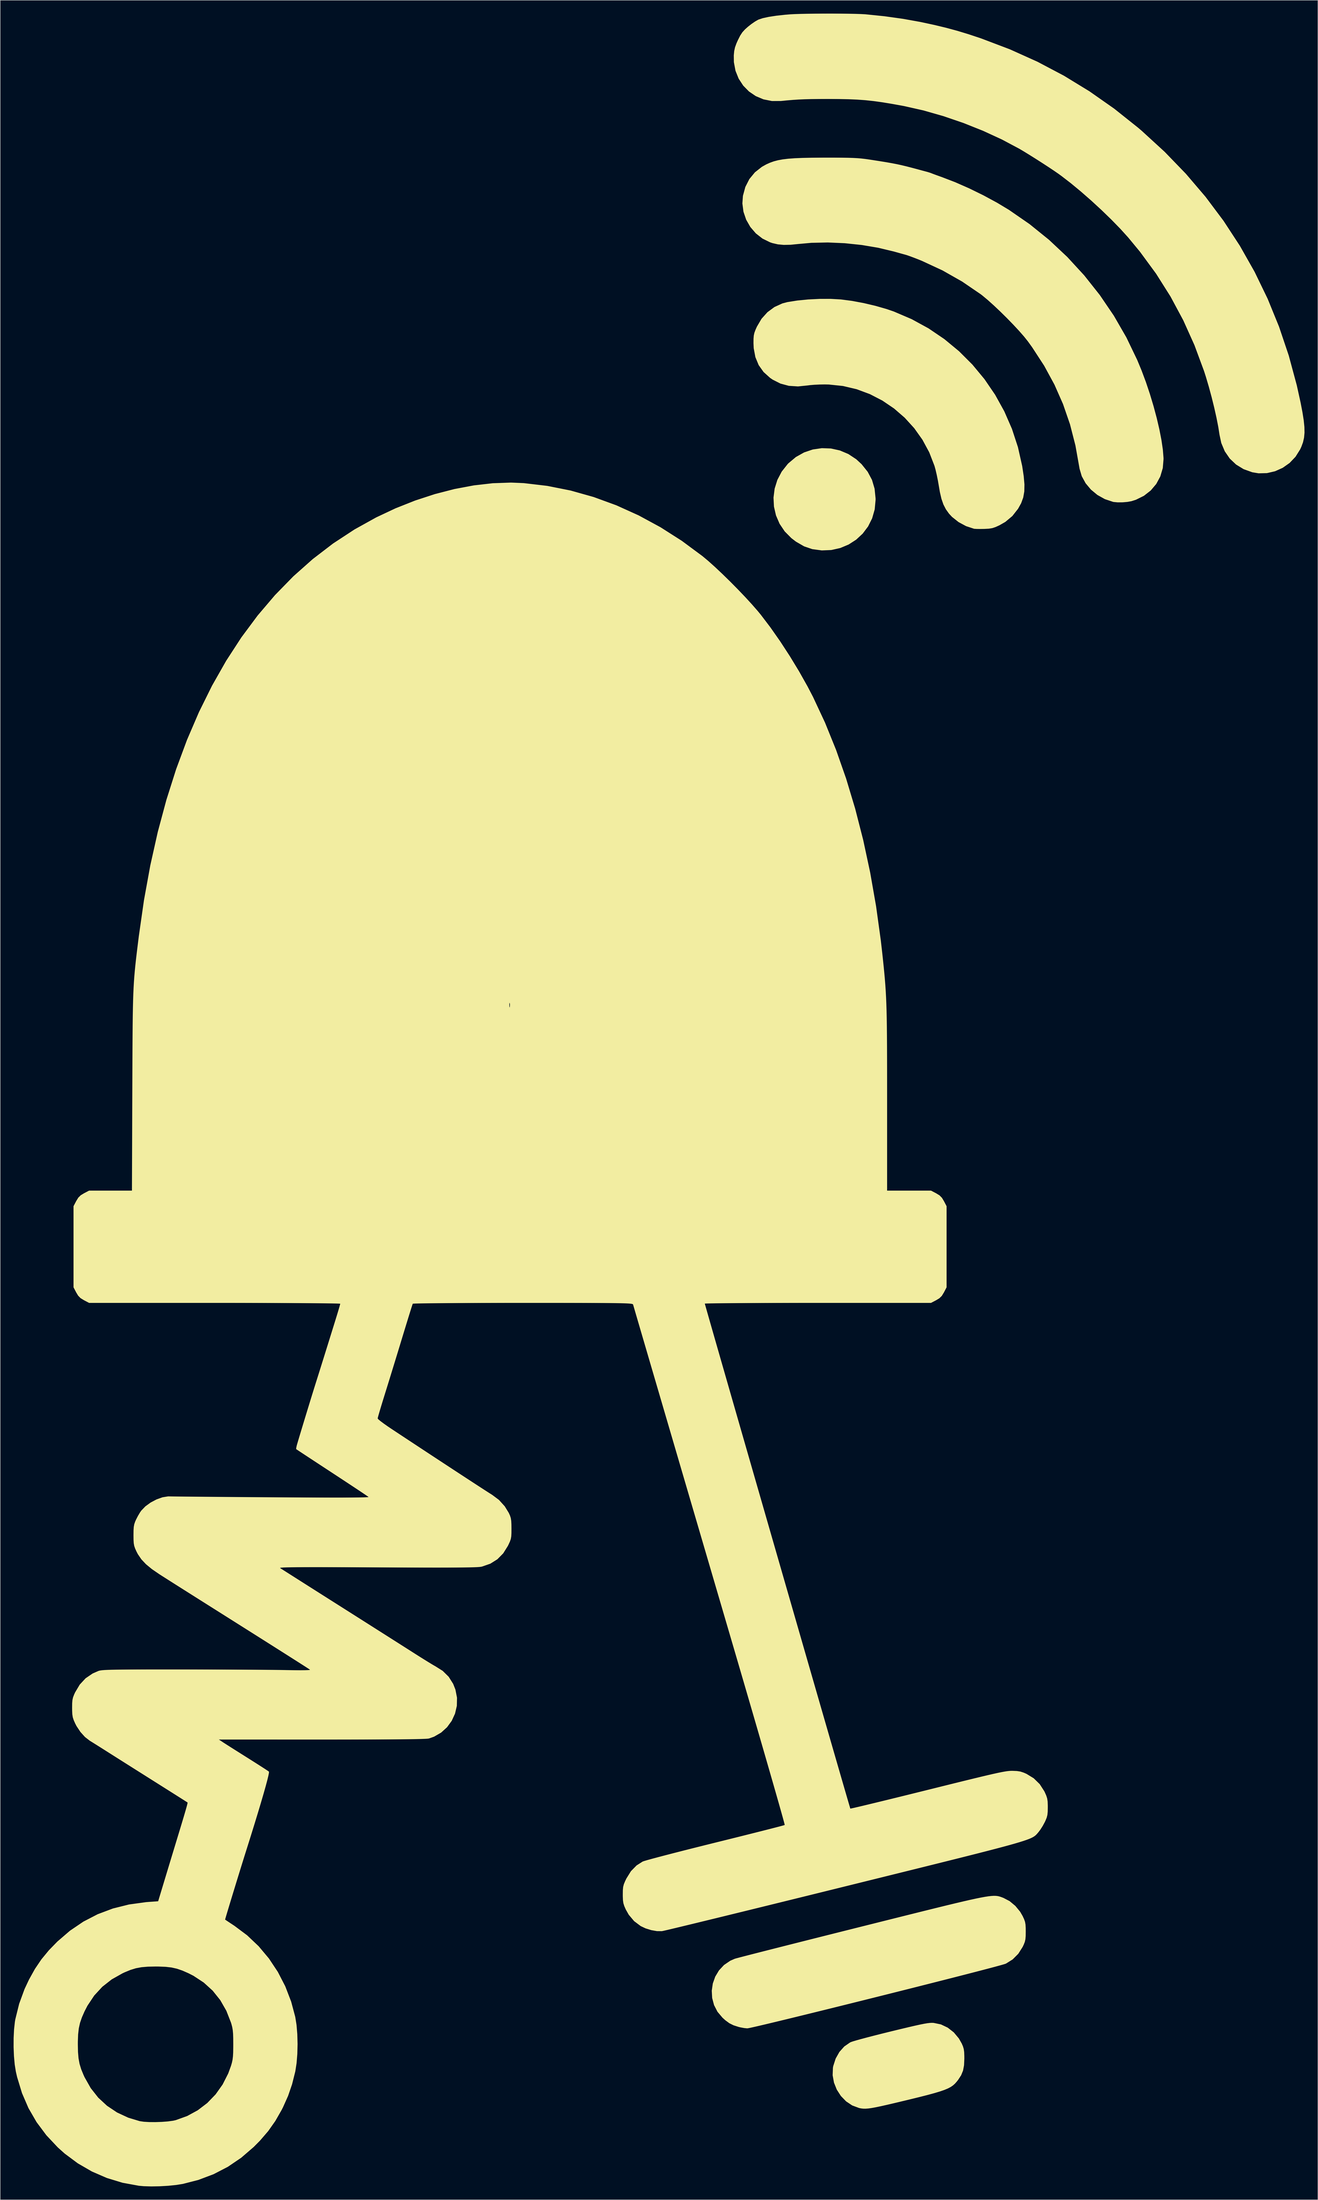
<source format=kicad_pcb>
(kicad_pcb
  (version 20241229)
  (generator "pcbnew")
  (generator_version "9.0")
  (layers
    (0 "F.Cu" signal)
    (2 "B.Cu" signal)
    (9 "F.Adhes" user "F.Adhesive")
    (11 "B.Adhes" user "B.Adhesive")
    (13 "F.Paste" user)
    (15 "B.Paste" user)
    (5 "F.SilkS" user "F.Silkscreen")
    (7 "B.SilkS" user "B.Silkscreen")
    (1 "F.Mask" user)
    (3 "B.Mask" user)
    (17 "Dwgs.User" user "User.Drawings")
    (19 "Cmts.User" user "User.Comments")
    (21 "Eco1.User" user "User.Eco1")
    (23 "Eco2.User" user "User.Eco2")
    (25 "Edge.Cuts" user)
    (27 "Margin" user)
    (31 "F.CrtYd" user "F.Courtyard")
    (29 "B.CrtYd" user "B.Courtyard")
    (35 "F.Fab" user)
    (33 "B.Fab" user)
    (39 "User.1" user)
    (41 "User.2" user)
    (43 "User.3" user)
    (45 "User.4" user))
  (footprint "logo_2"
    (layer "F.Cu")
    (at 125.162 248.721)
    (property "Reference" "logo_2" (at 0 0 0) (layer "F.SilkS") (effects (font (size 1.524 1.524) (thickness 0.3))))
    (attr board_only exclude_from_pos_files exclude_from_bom)
    (fp_poly (pts (xy 58.212 -151.176) (xy 60.214 -150.736) (xy 62.128 -149.929) (xy 63.903 -148.755) (xy 65.094 -147.654) (xy 66.461 -145.949) (xy 67.427 -144.136) (xy 68.01 -142.166) (xy 68.232 -139.989) (xy 68.236 -139.667) (xy 68.036 -137.509) (xy 67.463 -135.507) (xy 66.553 -133.689) (xy 65.346 -132.085) (xy 63.878 -130.725) (xy 62.189 -129.638) (xy 60.315 -128.853) (xy 58.296 -128.402) (xy 56.168 -128.312) (xy 54.029 -128.6) (xy 52.198 -129.224) (xy 50.376 -130.276) (xy 49.346 -131.063) (xy 47.845 -132.576) (xy 46.691 -134.294) (xy 45.887 -136.166) (xy 45.433 -138.138) (xy 45.332 -140.159) (xy 45.587 -142.175) (xy 46.199 -144.136) (xy 47.17 -145.988) (xy 48.503 -147.678) (xy 48.672 -147.852) (xy 50.347 -149.256) (xy 52.189 -150.289) (xy 54.148 -150.953) (xy 56.173 -151.249)) (stroke (width 0) (type solid)) (fill yes) (layer "F.SilkS"))
    (fp_poly (pts (xy 81.231 201.96) (xy 81.258 201.962) (xy 82.893 202.302) (xy 84.422 203.027) (xy 85.784 204.091) (xy 86.921 205.451) (xy 87.57 206.597) (xy 87.845 207.239) (xy 88.017 207.826) (xy 88.109 208.495) (xy 88.143 209.385) (xy 88.147 209.981) (xy 88.082 211.458) (xy 87.858 212.654) (xy 87.431 213.704) (xy 86.755 214.742) (xy 86.429 215.155) (xy 86.045 215.586) (xy 85.619 215.97) (xy 85.11 216.322) (xy 84.478 216.657) (xy 83.682 216.99) (xy 82.681 217.336) (xy 81.436 217.709) (xy 79.906 218.125) (xy 78.05 218.598) (xy 75.828 219.142) (xy 74.96 219.352) (xy 72.787 219.872) (xy 70.986 220.294) (xy 69.513 220.627) (xy 68.321 220.877) (xy 67.365 221.052) (xy 66.601 221.158) (xy 65.981 221.204) (xy 65.463 221.197) (xy 64.999 221.145) (xy 64.545 221.053) (xy 64.519 221.047) (xy 62.98 220.473) (xy 61.609 219.553) (xy 60.445 218.351) (xy 59.529 216.932) (xy 58.9 215.361) (xy 58.599 213.703) (xy 58.664 212.021) (xy 58.735 211.64) (xy 59.276 209.962) (xy 60.114 208.479) (xy 61.201 207.258) (xy 62.486 206.366) (xy 62.68 206.271) (xy 63.094 206.124) (xy 63.876 205.891) (xy 64.972 205.586) (xy 66.331 205.223) (xy 67.901 204.816) (xy 69.631 204.378) (xy 71.468 203.924) (xy 71.78 203.847) (xy 73.907 203.332) (xy 75.66 202.914) (xy 77.086 202.584) (xy 78.227 202.333) (xy 79.129 202.153) (xy 79.836 202.034) (xy 80.392 201.968) (xy 80.843 201.946)) (stroke (width 0) (type solid)) (fill yes) (layer "F.SilkS"))
    (fp_poly (pts (xy 60.398 -184.61) (xy 60.486 -184.602) (xy 62.922 -184.284) (xy 65.545 -183.796) (xy 68.19 -183.174) (xy 70.69 -182.458) (xy 72.325 -181.898) (xy 76.339 -180.181) (xy 80.127 -178.109) (xy 83.671 -175.705) (xy 86.954 -172.992) (xy 89.959 -169.991) (xy 92.666 -166.727) (xy 95.059 -163.221) (xy 97.12 -159.495) (xy 98.831 -155.573) (xy 100.173 -151.477) (xy 101.13 -147.23) (xy 101.468 -144.974) (xy 101.632 -143.113) (xy 101.601 -141.547) (xy 101.36 -140.174) (xy 100.891 -138.897) (xy 100.201 -137.655) (xy 98.921 -136.026) (xy 97.353 -134.714) (xy 96.03 -133.956) (xy 95.154 -133.557) (xy 94.436 -133.318) (xy 93.686 -133.193) (xy 92.716 -133.138) (xy 92.586 -133.134) (xy 91.684 -133.121) (xy 90.909 -133.131) (xy 90.39 -133.163) (xy 90.299 -133.178) (xy 88.525 -133.763) (xy 86.846 -134.671) (xy 85.385 -135.829) (xy 84.707 -136.559) (xy 84.005 -137.538) (xy 83.452 -138.614) (xy 83.013 -139.878) (xy 82.655 -141.419) (xy 82.44 -142.676) (xy 82.223 -143.94) (xy 81.958 -145.246) (xy 81.682 -146.433) (xy 81.445 -147.286) (xy 80.273 -150.312) (xy 78.747 -153.135) (xy 76.9 -155.732) (xy 74.765 -158.078) (xy 72.374 -160.149) (xy 69.761 -161.92) (xy 66.958 -163.368) (xy 63.997 -164.467) (xy 60.911 -165.194) (xy 57.734 -165.525) (xy 56.838 -165.543) (xy 55.687 -165.525) (xy 54.547 -165.472) (xy 53.571 -165.393) (xy 53.06 -165.325) (xy 50.809 -165.096) (xy 48.765 -165.23) (xy 46.89 -165.734) (xy 45.148 -166.616) (xy 44.564 -167.014) (xy 43.104 -168.328) (xy 42.004 -169.877) (xy 41.266 -171.659) (xy 40.89 -173.668) (xy 40.839 -174.786) (xy 40.849 -175.791) (xy 40.909 -176.527) (xy 41.051 -177.156) (xy 41.309 -177.839) (xy 41.613 -178.515) (xy 42.645 -180.27) (xy 43.971 -181.746) (xy 45.545 -182.907) (xy 47.322 -183.715) (xy 48.439 -184.01) (xy 50.641 -184.36) (xy 53.099 -184.603) (xy 55.653 -184.731) (xy 58.14 -184.736)) (stroke (width 0) (type solid)) (fill yes) (layer "F.SilkS"))
    (fp_poly (pts (xy 95.182 173.466) (xy 95.563 173.505) (xy 95.9 173.573) (xy 96.214 173.664) (xy 96.528 173.776) (xy 96.863 173.903) (xy 96.921 173.925) (xy 98.307 174.651) (xy 99.589 175.717) (xy 100.67 177.03) (xy 101.218 177.974) (xy 101.555 178.695) (xy 101.763 179.29) (xy 101.874 179.907) (xy 101.917 180.697) (xy 101.923 181.459) (xy 101.91 182.468) (xy 101.851 183.195) (xy 101.716 183.791) (xy 101.476 184.404) (xy 101.223 184.934) (xy 100.253 186.457) (xy 98.996 187.715) (xy 97.522 188.641) (xy 97.44 188.679) (xy 97.087 188.797) (xy 96.348 189.009) (xy 95.255 189.308) (xy 93.836 189.687) (xy 92.121 190.137) (xy 90.141 190.651) (xy 87.924 191.222) (xy 85.5 191.843) (xy 82.9 192.505) (xy 80.153 193.202) (xy 77.288 193.927) (xy 74.336 194.671) (xy 71.326 195.427) (xy 68.287 196.188) (xy 65.251 196.946) (xy 62.245 197.695) (xy 59.301 198.426) (xy 56.447 199.132) (xy 53.713 199.805) (xy 51.13 200.439) (xy 48.727 201.026) (xy 46.533 201.558) (xy 44.579 202.028) (xy 42.894 202.428) (xy 41.507 202.752) (xy 40.449 202.991) (xy 39.75 203.138) (xy 39.44 203.186) (xy 38.75 203.119) (xy 37.908 202.964) (xy 37.504 202.866) (xy 36.36 202.499) (xy 35.426 202.035) (xy 34.53 201.377) (xy 33.888 200.799) (xy 32.76 199.461) (xy 31.991 197.966) (xy 31.568 196.373) (xy 31.48 194.739) (xy 31.713 193.125) (xy 32.257 191.587) (xy 33.098 190.185) (xy 34.225 188.977) (xy 35.625 188.021) (xy 36.645 187.574) (xy 36.963 187.483) (xy 37.674 187.293) (xy 38.751 187.013) (xy 40.17 186.647) (xy 41.905 186.203) (xy 43.93 185.687) (xy 46.221 185.106) (xy 48.751 184.465) (xy 51.495 183.772) (xy 54.428 183.032) (xy 57.525 182.253) (xy 60.759 181.441) (xy 64.106 180.601) (xy 65.114 180.349) (xy 69.194 179.327) (xy 72.877 178.405) (xy 76.187 177.578) (xy 79.145 176.842) (xy 81.772 176.192) (xy 84.092 175.623) (xy 86.126 175.133) (xy 87.896 174.715) (xy 89.423 174.365) (xy 90.731 174.08) (xy 91.84 173.854) (xy 92.773 173.684) (xy 93.552 173.564) (xy 94.198 173.491) (xy 94.735 173.46)) (stroke (width 0) (type solid)) (fill yes) (layer "F.SilkS"))
    (fp_poly (pts (xy 59.057 -216.412) (xy 60.709 -216.402) (xy 62.067 -216.381) (xy 63.197 -216.345) (xy 64.167 -216.292) (xy 65.046 -216.217) (xy 65.902 -216.118) (xy 66.801 -215.991) (xy 67.159 -215.936) (xy 69.016 -215.647) (xy 70.541 -215.4) (xy 71.829 -215.175) (xy 72.975 -214.954) (xy 74.073 -214.715) (xy 75.219 -214.439) (xy 76.506 -214.107) (xy 78.029 -213.698) (xy 78.675 -213.522) (xy 79.342 -213.343) (xy 79.859 -213.206) (xy 80.463 -213.02) (xy 80.828 -212.883) (xy 81.22 -212.73) (xy 81.898 -212.481) (xy 82.739 -212.179) (xy 83.088 -212.056) (xy 86.086 -210.905) (xy 89.246 -209.516) (xy 92.427 -207.958) (xy 95.491 -206.3) (xy 98.156 -204.699) (xy 102.784 -201.501) (xy 107.156 -197.97) (xy 111.252 -194.126) (xy 115.054 -189.993) (xy 118.541 -185.595) (xy 121.696 -180.954) (xy 124.5 -176.093) (xy 126.933 -171.035) (xy 127.921 -168.652) (xy 128.885 -166.066) (xy 129.782 -163.385) (xy 130.596 -160.677) (xy 131.31 -158.009) (xy 131.908 -155.447) (xy 132.372 -153.061) (xy 132.686 -150.916) (xy 132.833 -149.08) (xy 132.84 -148.806) (xy 132.671 -146.784) (xy 132.117 -144.909) (xy 131.206 -143.22) (xy 129.969 -141.758) (xy 128.438 -140.564) (xy 126.643 -139.676) (xy 125.651 -139.359) (xy 124.731 -139.191) (xy 123.631 -139.099) (xy 122.54 -139.092) (xy 121.644 -139.176) (xy 121.511 -139.203) (xy 119.675 -139.816) (xy 118.003 -140.75) (xy 116.548 -141.953) (xy 115.36 -143.372) (xy 114.491 -144.957) (xy 113.991 -146.655) (xy 113.96 -146.858) (xy 113.07 -151.858) (xy 111.852 -156.603) (xy 110.288 -161.136) (xy 108.362 -165.5) (xy 106.055 -169.738) (xy 103.35 -173.893) (xy 102.405 -175.201) (xy 101.548 -176.277) (xy 100.429 -177.554) (xy 99.119 -178.962) (xy 97.691 -180.43) (xy 96.215 -181.886) (xy 94.762 -183.259) (xy 93.404 -184.478) (xy 92.212 -185.472) (xy 91.806 -185.785) (xy 87.66 -188.614) (xy 83.26 -191.111) (xy 78.658 -193.247) (xy 77.707 -193.633) (xy 76.767 -193.996) (xy 75.909 -194.314) (xy 75.255 -194.541) (xy 75.016 -194.613) (xy 74.528 -194.746) (xy 73.755 -194.96) (xy 72.826 -195.219) (xy 72.325 -195.359) (xy 68.826 -196.197) (xy 65.115 -196.82) (xy 61.306 -197.219) (xy 57.515 -197.384) (xy 53.857 -197.307) (xy 51.009 -197.053) (xy 49.169 -196.872) (xy 47.636 -196.84) (xy 46.312 -196.961) (xy 45.098 -197.241) (xy 44.569 -197.418) (xy 42.854 -198.26) (xy 41.364 -199.426) (xy 40.134 -200.856) (xy 39.198 -202.492) (xy 38.592 -204.273) (xy 38.349 -206.14) (xy 38.471 -207.848) (xy 39.015 -209.847) (xy 39.915 -211.609) (xy 41.158 -213.118) (xy 42.728 -214.353) (xy 43.707 -214.9) (xy 44.528 -215.269) (xy 45.383 -215.576) (xy 46.319 -215.824) (xy 47.386 -216.021) (xy 48.631 -216.171) (xy 50.102 -216.28) (xy 51.846 -216.352) (xy 53.912 -216.395) (xy 56.348 -216.412) (xy 57.042 -216.414)) (stroke (width 0) (type solid)) (fill yes) (layer "F.SilkS"))
    (fp_poly (pts (xy 60.332 -248.712) (xy 62.084 -248.693) (xy 63.643 -248.663) (xy 64.934 -248.622) (xy 65.879 -248.57) (xy 65.975 -248.563) (xy 70.242 -248.125) (xy 74.384 -247.547) (xy 78.259 -246.85) (xy 78.46 -246.809) (xy 81.406 -246.175) (xy 84.066 -245.536) (xy 86.584 -244.853) (xy 89.106 -244.088) (xy 91.774 -243.201) (xy 91.936 -243.145) (xy 98.373 -240.704) (xy 104.555 -237.921) (xy 110.501 -234.784) (xy 116.231 -231.281) (xy 121.764 -227.403) (xy 127.12 -223.136) (xy 127.969 -222.411) (xy 133.098 -217.712) (xy 137.865 -212.781) (xy 142.267 -207.622) (xy 146.304 -202.237) (xy 149.972 -196.628) (xy 153.271 -190.801) (xy 156.199 -184.756) (xy 158.753 -178.497) (xy 160.933 -172.027) (xy 162.736 -165.35) (xy 163.597 -161.441) (xy 164.007 -159.301) (xy 164.289 -157.51) (xy 164.443 -156.004) (xy 164.469 -154.72) (xy 164.365 -153.596) (xy 164.131 -152.566) (xy 163.766 -151.57) (xy 163.49 -150.972) (xy 162.453 -149.321) (xy 161.131 -147.935) (xy 159.581 -146.843) (xy 157.864 -146.072) (xy 156.037 -145.65) (xy 154.161 -145.607) (xy 152.752 -145.841) (xy 150.807 -146.539) (xy 149.113 -147.575) (xy 147.695 -148.917) (xy 146.581 -150.536) (xy 145.798 -152.399) (xy 145.403 -154.23) (xy 145.125 -155.997) (xy 144.72 -158.064) (xy 144.214 -160.326) (xy 143.633 -162.68) (xy 143 -165.021) (xy 142.342 -167.247) (xy 141.926 -168.544) (xy 139.774 -174.354) (xy 137.269 -179.92) (xy 134.403 -185.257) (xy 131.168 -190.379) (xy 127.557 -195.297) (xy 124.898 -198.516) (xy 123.141 -200.455) (xy 121.116 -202.532) (xy 118.909 -204.671) (xy 116.601 -206.795) (xy 114.275 -208.828) (xy 112.016 -210.696) (xy 109.906 -212.321) (xy 109.255 -212.793) (xy 108.278 -213.467) (xy 107.035 -214.295) (xy 105.628 -215.211) (xy 104.161 -216.149) (xy 102.735 -217.043) (xy 101.456 -217.828) (xy 100.47 -218.411) (xy 96.573 -220.485) (xy 92.367 -222.421) (xy 87.961 -224.179) (xy 83.466 -225.717) (xy 78.991 -226.996) (xy 74.646 -227.975) (xy 74.263 -228.048) (xy 71.847 -228.483) (xy 69.73 -228.83) (xy 67.808 -229.096) (xy 65.974 -229.293) (xy 64.125 -229.429) (xy 62.155 -229.514) (xy 59.959 -229.557) (xy 57.581 -229.569) (xy 55.523 -229.563) (xy 53.798 -229.544) (xy 52.308 -229.506) (xy 50.957 -229.446) (xy 49.647 -229.36) (xy 48.279 -229.244) (xy 46.996 -229.117) (xy 44.979 -229.109) (xy 43.086 -229.486) (xy 41.356 -230.213) (xy 39.825 -231.253) (xy 38.531 -232.571) (xy 37.512 -234.13) (xy 36.803 -235.894) (xy 36.442 -237.829) (xy 36.421 -239.347) (xy 36.514 -240.323) (xy 36.696 -241.161) (xy 37.019 -242.048) (xy 37.355 -242.796) (xy 37.854 -243.784) (xy 38.339 -244.524) (xy 38.929 -245.174) (xy 39.588 -245.764) (xy 40.378 -246.385) (xy 41.191 -246.943) (xy 41.871 -247.334) (xy 41.964 -247.377) (xy 42.921 -247.694) (xy 44.261 -247.986) (xy 45.935 -248.243) (xy 47.896 -248.459) (xy 49.014 -248.552) (xy 50 -248.606) (xy 51.322 -248.65) (xy 52.905 -248.684) (xy 54.673 -248.706) (xy 56.55 -248.719) (xy 58.462 -248.721)) (stroke (width 0) (type solid)) (fill yes) (layer "F.SilkS"))
    (fp_poly (pts (xy -10.709 -143.409) (xy -5.436 -142.789) (xy -0.201 -141.747) (xy 4.978 -140.29) (xy 10.083 -138.425) (xy 15.094 -136.159) (xy 19.995 -133.501) (xy 24.766 -130.459) (xy 29.382 -127.044) (xy 30.697 -125.945) (xy 32.217 -124.582) (xy 33.873 -123.023) (xy 35.598 -121.338) (xy 37.322 -119.594) (xy 38.978 -117.861) (xy 40.498 -116.206) (xy 41.812 -114.7) (xy 42.495 -113.869) (xy 44.642 -111.045) (xy 46.833 -107.916) (xy 48.997 -104.596) (xy 51.063 -101.195) (xy 52.961 -97.825) (xy 54.205 -95.437) (xy 56.892 -89.684) (xy 59.367 -83.577) (xy 61.624 -77.137) (xy 63.656 -70.389) (xy 65.458 -63.356) (xy 67.022 -56.06) (xy 68.343 -48.527) (xy 69.415 -40.777) (xy 69.732 -37.992) (xy 69.908 -36.352) (xy 70.063 -34.85) (xy 70.2 -33.45) (xy 70.319 -32.115) (xy 70.422 -30.81) (xy 70.509 -29.499) (xy 70.583 -28.146) (xy 70.644 -26.715) (xy 70.694 -25.169) (xy 70.733 -23.472) (xy 70.763 -21.59) (xy 70.785 -19.484) (xy 70.801 -17.12) (xy 70.81 -14.462) (xy 70.816 -11.473) (xy 70.818 -8.117) (xy 70.819 -5.257) (xy 70.819 15.283) (xy 80.671 15.283) (xy 81.818 15.882) (xy 82.591 16.356) (xy 83.126 16.902) (xy 83.565 17.629) (xy 84.164 18.776) (xy 84.164 36.975) (xy 83.565 38.122) (xy 83.092 38.895) (xy 82.546 39.429) (xy 81.818 39.868) (xy 80.671 40.468) (xy 55.296 40.468) (xy 52.029 40.469) (xy 48.885 40.473) (xy 45.889 40.479) (xy 43.068 40.488) (xy 40.45 40.499) (xy 38.06 40.511) (xy 35.924 40.525) (xy 34.071 40.541) (xy 32.525 40.558) (xy 31.314 40.577) (xy 30.463 40.596) (xy 30.001 40.616) (xy 29.92 40.629) (xy 29.979 40.85) (xy 30.151 41.464) (xy 30.431 42.45) (xy 30.812 43.788) (xy 31.29 45.457) (xy 31.857 47.438) (xy 32.508 49.709) (xy 33.237 52.25) (xy 34.039 55.041) (xy 34.907 58.062) (xy 35.835 61.291) (xy 36.818 64.708) (xy 37.849 68.293) (xy 38.923 72.026) (xy 40.034 75.886) (xy 41.176 79.852) (xy 42.344 83.905) (xy 43.53 88.023) (xy 44.729 92.186) (xy 45.936 96.374) (xy 47.145 100.567) (xy 48.349 104.743) (xy 49.543 108.883) (xy 50.72 112.966) (xy 51.876 116.971) (xy 53.003 120.879) (xy 54.097 124.668) (xy 55.151 128.318) (xy 56.159 131.809) (xy 57.116 135.12) (xy 58.015 138.231) (xy 58.851 141.122) (xy 59.618 143.772) (xy 60.31 146.16) (xy 60.92 148.266) (xy 61.444 150.069) (xy 61.875 151.55) (xy 62.207 152.688) (xy 62.435 153.462) (xy 62.552 153.851) (xy 62.567 153.896) (xy 62.784 153.86) (xy 63.388 153.727) (xy 64.348 153.505) (xy 65.632 153.2) (xy 67.21 152.821) (xy 69.051 152.375) (xy 71.124 151.87) (xy 73.398 151.312) (xy 75.842 150.709) (xy 78.425 150.07) (xy 79.92 149.699) (xy 83.041 148.923) (xy 85.774 148.246) (xy 88.148 147.661) (xy 90.191 147.162) (xy 91.934 146.741) (xy 93.405 146.393) (xy 94.634 146.11) (xy 95.649 145.887) (xy 96.479 145.716) (xy 97.155 145.592) (xy 97.705 145.507) (xy 98.158 145.455) (xy 98.543 145.429) (xy 98.89 145.424) (xy 98.934 145.424) (xy 99.944 145.464) (xy 100.725 145.586) (xy 101.473 145.832) (xy 102.098 146.107) (xy 103.717 147.096) (xy 105.06 148.409) (xy 106.097 150.014) (xy 106.189 150.204) (xy 106.529 150.971) (xy 106.733 151.612) (xy 106.836 152.293) (xy 106.87 153.178) (xy 106.872 153.584) (xy 106.855 154.583) (xy 106.782 155.315) (xy 106.621 155.942) (xy 106.339 156.626) (xy 106.2 156.92) (xy 105.732 157.787) (xy 105.191 158.635) (xy 104.764 159.196) (xy 104.583 159.407) (xy 104.415 159.601) (xy 104.24 159.784) (xy 104.042 159.961) (xy 103.803 160.135) (xy 103.506 160.313) (xy 103.132 160.499) (xy 102.665 160.699) (xy 102.086 160.916) (xy 101.378 161.156) (xy 100.524 161.424) (xy 99.505 161.725) (xy 98.304 162.064) (xy 96.903 162.446) (xy 95.285 162.875) (xy 93.432 163.357) (xy 91.327 163.897) (xy 88.952 164.499) (xy 86.289 165.168) (xy 83.321 165.91) (xy 80.029 166.729) (xy 76.397 167.631) (xy 72.407 168.619) (xy 68.041 169.7) (xy 63.281 170.878) (xy 61.381 171.348) (xy 57.306 172.356) (xy 53.334 173.337) (xy 49.486 174.286) (xy 45.783 175.198) (xy 42.247 176.067) (xy 38.897 176.89) (xy 35.756 177.659) (xy 32.843 178.372) (xy 30.18 179.021) (xy 27.788 179.603) (xy 25.687 180.112) (xy 23.899 180.543) (xy 22.444 180.891) (xy 21.343 181.151) (xy 20.617 181.317) (xy 20.288 181.385) (xy 20.283 181.386) (xy 19.179 181.378) (xy 17.9 181.154) (xy 16.616 180.755) (xy 15.536 180.246) (xy 14.059 179.135) (xy 12.854 177.704) (xy 12.195 176.541) (xy 11.859 175.781) (xy 11.656 175.142) (xy 11.554 174.462) (xy 11.519 173.577) (xy 11.517 173.161) (xy 11.53 172.187) (xy 11.595 171.476) (xy 11.751 170.863) (xy 12.033 170.18) (xy 12.328 169.569) (xy 13.347 167.929) (xy 14.611 166.641) (xy 15.977 165.771) (xy 16.328 165.649) (xy 17.062 165.433) (xy 18.144 165.134) (xy 19.539 164.761) (xy 21.211 164.322) (xy 23.126 163.827) (xy 25.248 163.285) (xy 27.542 162.705) (xy 29.973 162.096) (xy 32.272 161.525) (xy 34.773 160.906) (xy 37.154 160.314) (xy 39.379 159.757) (xy 41.417 159.245) (xy 43.234 158.786) (xy 44.797 158.387) (xy 46.072 158.058) (xy 47.028 157.807) (xy 47.631 157.641) (xy 47.846 157.572) (xy 47.803 157.354) (xy 47.643 156.742) (xy 47.373 155.756) (xy 46.998 154.415) (xy 46.523 152.737) (xy 45.955 150.742) (xy 45.298 148.449) (xy 44.558 145.877) (xy 43.74 143.045) (xy 42.851 139.973) (xy 41.896 136.68) (xy 40.879 133.184) (xy 39.808 129.506) (xy 38.687 125.663) (xy 37.521 121.676) (xy 36.317 117.563) (xy 35.292 114.068) (xy 33.442 107.761) (xy 31.655 101.672) (xy 29.936 95.811) (xy 28.287 90.189) (xy 26.71 84.815) (xy 25.21 79.701) (xy 23.789 74.854) (xy 22.45 70.287) (xy 21.195 66.008) (xy 20.029 62.029) (xy 18.953 58.358) (xy 17.971 55.007) (xy 17.086 51.985) (xy 16.3 49.302) (xy 15.617 46.969) (xy 15.039 44.995) (xy 14.57 43.391) (xy 14.213 42.166) (xy 13.97 41.331) (xy 13.844 40.896) (xy 13.829 40.844) (xy 13.796 40.787) (xy 13.715 40.735) (xy 13.563 40.689) (xy 13.316 40.649) (xy 12.951 40.614) (xy 12.446 40.584) (xy 11.776 40.558) (xy 10.919 40.536) (xy 9.851 40.518) (xy 8.55 40.504) (xy 6.991 40.492) (xy 5.152 40.484) (xy 3.009 40.477) (xy 0.54 40.473) (xy -2.279 40.47) (xy -5.471 40.468) (xy -9.06 40.468) (xy -10.883 40.468) (xy -14.101 40.469) (xy -17.199 40.474) (xy -20.149 40.481) (xy -22.923 40.491) (xy -25.496 40.504) (xy -27.839 40.518) (xy -29.925 40.535) (xy -31.728 40.553) (xy -33.22 40.573) (xy -34.374 40.594) (xy -35.164 40.617) (xy -35.561 40.64) (xy -35.604 40.65) (xy -35.691 40.892) (xy -35.887 41.498) (xy -36.178 42.421) (xy -36.549 43.613) (xy -36.985 45.028) (xy -37.472 46.617) (xy -37.966 48.238) (xy -38.578 50.25) (xy -39.234 52.397) (xy -39.903 54.578) (xy -40.552 56.692) (xy -41.153 58.636) (xy -41.672 60.31) (xy -41.848 60.875) (xy -42.293 62.31) (xy -42.692 63.618) (xy -43.027 64.739) (xy -43.282 65.615) (xy -43.438 66.187) (xy -43.481 66.39) (xy -43.31 66.597) (xy -42.835 66.992) (xy -42.116 67.53) (xy -41.211 68.167) (xy -40.414 68.704) (xy -38.292 70.107) (xy -36.115 71.543) (xy -33.917 72.992) (xy -31.73 74.431) (xy -29.586 75.839) (xy -27.52 77.195) (xy -25.564 78.477) (xy -23.751 79.662) (xy -22.114 80.731) (xy -20.685 81.661) (xy -19.498 82.43) (xy -18.586 83.018) (xy -17.982 83.401) (xy -17.789 83.52) (xy -16.266 84.658) (xy -14.967 86.09) (xy -14.061 87.567) (xy -13.786 88.176) (xy -13.611 88.724) (xy -13.512 89.338) (xy -13.469 90.148) (xy -13.459 91.063) (xy -13.464 92.097) (xy -13.504 92.838) (xy -13.606 93.422) (xy -13.8 93.986) (xy -14.112 94.666) (xy -14.265 94.977) (xy -15.306 96.639) (xy -16.618 97.968) (xy -18.189 98.955) (xy -20.008 99.591) (xy -20.282 99.652) (xy -20.611 99.695) (xy -21.156 99.733) (xy -21.937 99.764) (xy -22.973 99.79) (xy -24.283 99.81) (xy -25.886 99.824) (xy -27.801 99.832) (xy -30.047 99.835) (xy -32.643 99.833) (xy -35.608 99.825) (xy -38.961 99.813) (xy -42.721 99.795) (xy -43.637 99.79) (xy -47.333 99.772) (xy -50.618 99.757) (xy -53.513 99.748) (xy -56.037 99.742) (xy -58.211 99.741) (xy -60.054 99.745) (xy -61.587 99.754) (xy -62.83 99.768) (xy -63.802 99.787) (xy -64.523 99.812) (xy -65.014 99.842) (xy -65.295 99.877) (xy -65.385 99.918) (xy -65.371 99.937) (xy -65.128 100.095) (xy -64.551 100.463) (xy -63.672 101.022) (xy -62.52 101.754) (xy -61.127 102.639) (xy -59.523 103.658) (xy -57.738 104.79) (xy -55.803 106.018) (xy -53.748 107.32) (xy -52.415 108.165) (xy -50.167 109.59) (xy -47.916 111.017) (xy -45.708 112.418) (xy -43.587 113.765) (xy -41.595 115.029) (xy -39.778 116.183) (xy -38.18 117.199) (xy -36.845 118.048) (xy -35.816 118.703) (xy -35.584 118.852) (xy -34.33 119.648) (xy -33.156 120.385) (xy -32.123 121.024) (xy -31.295 121.528) (xy -30.734 121.858) (xy -30.566 121.949) (xy -28.887 123.003) (xy -27.545 124.325) (xy -26.541 125.913) (xy -26.034 127.199) (xy -25.676 129.03) (xy -25.714 130.845) (xy -26.12 132.589) (xy -26.862 134.208) (xy -27.912 135.645) (xy -29.24 136.847) (xy -30.815 137.758) (xy -31.965 138.17) (xy -32.275 138.212) (xy -32.892 138.25) (xy -33.828 138.283) (xy -35.094 138.313) (xy -36.704 138.338) (xy -38.667 138.359) (xy -40.998 138.376) (xy -43.706 138.389) (xy -46.805 138.399) (xy -50.305 138.405) (xy -54.219 138.407) (xy -55.965 138.407) (xy -79.104 138.405) (xy -78.351 138.909) (xy -77.965 139.161) (xy -77.273 139.604) (xy -76.333 140.201) (xy -75.205 140.915) (xy -73.946 141.709) (xy -72.864 142.39) (xy -71.575 143.203) (xy -70.4 143.949) (xy -69.39 144.596) (xy -68.597 145.11) (xy -68.073 145.458) (xy -67.873 145.601) (xy -67.87 145.865) (xy -67.996 146.516) (xy -68.244 147.532) (xy -68.608 148.89) (xy -69.082 150.567) (xy -69.659 152.543) (xy -70.333 154.794) (xy -71.097 157.298) (xy -71.945 160.034) (xy -72.871 162.979) (xy -72.963 163.27) (xy -73.328 164.427) (xy -73.751 165.783) (xy -74.217 167.285) (xy -74.71 168.881) (xy -75.214 170.518) (xy -75.712 172.144) (xy -76.189 173.705) (xy -76.628 175.149) (xy -77.013 176.423) (xy -77.329 177.475) (xy -77.558 178.252) (xy -77.686 178.7) (xy -77.707 178.789) (xy -77.539 178.909) (xy -77.081 179.217) (xy -76.404 179.666) (xy -75.612 180.189) (xy -72.762 182.318) (xy -70.176 184.771) (xy -67.874 187.516) (xy -65.877 190.523) (xy -64.207 193.758) (xy -62.885 197.192) (xy -61.969 200.617) (xy -61.682 202.413) (xy -61.51 204.487) (xy -61.45 206.702) (xy -61.505 208.92) (xy -61.672 211.003) (xy -61.953 212.815) (xy -61.969 212.886) (xy -62.68 215.723) (xy -63.575 218.329) (xy -64.718 220.886) (xy -65.026 221.492) (xy -66.445 223.971) (xy -68.03 226.221) (xy -69.877 228.368) (xy -71.288 229.791) (xy -74.094 232.207) (xy -77.091 234.24) (xy -80.292 235.897) (xy -83.709 237.185) (xy -87.178 238.074) (xy -88.708 238.318) (xy -90.495 238.498) (xy -92.398 238.607) (xy -94.273 238.639) (xy -95.977 238.588) (xy -97.06 238.492) (xy -100.714 237.821) (xy -104.234 236.75) (xy -107.591 235.293) (xy -110.755 233.463) (xy -113.696 231.276) (xy -115.244 229.892) (xy -117.811 227.161) (xy -120.002 224.228) (xy -121.822 221.083) (xy -123.277 217.713) (xy -124.376 214.106) (xy -124.655 212.886) (xy -124.91 211.299) (xy -125.079 209.428) (xy -125.162 207.404) (xy -125.16 206.752) (xy -110.748 206.752) (xy -110.714 208.474) (xy -110.594 209.899) (xy -110.363 211.153) (xy -109.993 212.366) (xy -109.458 213.666) (xy -109.23 214.159) (xy -107.853 216.594) (xy -106.171 218.729) (xy -104.198 220.553) (xy -101.95 222.055) (xy -99.441 223.221) (xy -96.864 224) (xy -95.948 224.134) (xy -94.732 224.205) (xy -93.343 224.213) (xy -91.906 224.165) (xy -90.548 224.061) (xy -89.393 223.907) (xy -88.792 223.776) (xy -86.212 222.848) (xy -83.842 221.557) (xy -81.709 219.929) (xy -79.84 217.993) (xy -78.264 215.774) (xy -77.008 213.3) (xy -76.382 211.587) (xy -76.177 210.879) (xy -76.035 210.21) (xy -75.946 209.477) (xy -75.897 208.572) (xy -75.879 207.39) (xy -75.877 206.752) (xy -75.886 205.413) (xy -75.92 204.399) (xy -75.99 203.603) (xy -76.107 202.919) (xy -76.283 202.241) (xy -76.382 201.916) (xy -77.429 199.243) (xy -78.804 196.845) (xy -80.497 194.731) (xy -82.5 192.913) (xy -84.802 191.4) (xy -85.906 190.835) (xy -87.265 190.237) (xy -88.494 189.813) (xy -89.719 189.536) (xy -91.071 189.381) (xy -92.676 189.32) (xy -93.313 189.316) (xy -95.035 189.35) (xy -96.46 189.47) (xy -97.714 189.702) (xy -98.927 190.072) (xy -100.227 190.607) (xy -100.72 190.835) (xy -103.146 192.201) (xy -105.262 193.863) (xy -107.074 195.83) (xy -108.591 198.109) (xy -109.247 199.381) (xy -109.839 200.731) (xy -110.259 201.957) (xy -110.533 203.187) (xy -110.686 204.547) (xy -110.745 206.166) (xy -110.748 206.752) (xy -125.16 206.752) (xy -125.155 205.357) (xy -125.059 203.418) (xy -124.872 201.718) (xy -124.776 201.155) (xy -123.915 197.678) (xy -122.703 194.368) (xy -121.712 192.258) (xy -120.374 189.852) (xy -118.921 187.704) (xy -117.254 185.682) (xy -115.337 183.712) (xy -112.518 181.287) (xy -109.504 179.244) (xy -106.293 177.583) (xy -102.882 176.301) (xy -99.267 175.399) (xy -95.447 174.875) (xy -94.85 174.828) (xy -92.728 174.679) (xy -91.231 169.728) (xy -90.721 168.043) (xy -90.169 166.221) (xy -89.615 164.394) (xy -89.098 162.692) (xy -88.659 161.247) (xy -88.587 161.01) (xy -87.926 158.835) (xy -87.383 157.039) (xy -86.951 155.594) (xy -86.62 154.468) (xy -86.38 153.63) (xy -86.224 153.049) (xy -86.142 152.695) (xy -86.126 152.538) (xy -86.132 152.525) (xy -86.325 152.399) (xy -86.843 152.069) (xy -87.648 151.558) (xy -88.702 150.891) (xy -89.964 150.093) (xy -91.398 149.188) (xy -92.963 148.2) (xy -93.636 147.776) (xy -95.399 146.663) (xy -97.18 145.539) (xy -98.914 144.444) (xy -100.54 143.417) (xy -101.994 142.498) (xy -103.213 141.726) (xy -104.135 141.142) (xy -104.183 141.111) (xy -105.275 140.419) (xy -106.298 139.774) (xy -107.172 139.226) (xy -107.818 138.824) (xy -108.085 138.66) (xy -109.149 137.835) (xy -110.168 136.704) (xy -111.042 135.389) (xy -111.352 134.788) (xy -111.68 134.045) (xy -111.881 133.42) (xy -111.987 132.758) (xy -112.028 131.903) (xy -112.034 131.305) (xy -112.023 130.291) (xy -111.963 129.555) (xy -111.826 128.944) (xy -111.581 128.305) (xy -111.359 127.822) (xy -110.319 126.077) (xy -109.009 124.667) (xy -107.425 123.588) (xy -106.113 123.014) (xy -105.901 122.953) (xy -105.618 122.899) (xy -105.235 122.853) (xy -104.723 122.813) (xy -104.056 122.78) (xy -103.204 122.753) (xy -102.139 122.731) (xy -100.834 122.715) (xy -99.259 122.702) (xy -97.387 122.694) (xy -95.189 122.689) (xy -92.638 122.687) (xy -89.705 122.688) (xy -87.345 122.69) (xy -84.45 122.694) (xy -81.56 122.7) (xy -78.721 122.71) (xy -75.98 122.721) (xy -73.383 122.734) (xy -70.976 122.749) (xy -68.805 122.766) (xy -66.917 122.783) (xy -65.357 122.801) (xy -64.173 122.82) (xy -63.99 122.824) (xy -62.291 122.853) (xy -60.88 122.863) (xy -59.787 122.853) (xy -59.044 122.825) (xy -58.682 122.778) (xy -58.657 122.744) (xy -58.87 122.6) (xy -59.418 122.244) (xy -60.272 121.696) (xy -61.403 120.974) (xy -62.781 120.097) (xy -64.377 119.084) (xy -66.162 117.952) (xy -68.106 116.721) (xy -70.181 115.409) (xy -72.11 114.191) (xy -75.024 112.352) (xy -77.6 110.726) (xy -79.862 109.298) (xy -81.837 108.052) (xy -83.55 106.971) (xy -85.026 106.038) (xy -86.29 105.24) (xy -87.369 104.558) (xy -88.288 103.976) (xy -89.072 103.48) (xy -89.747 103.052) (xy -90.338 102.677) (xy -90.87 102.338) (xy -91.37 102.02) (xy -91.862 101.706) (xy -92.373 101.38) (xy -92.452 101.329) (xy -94.137 100.174) (xy -95.466 99.078) (xy -96.494 97.984) (xy -97.279 96.835) (xy -97.6 96.219) (xy -97.904 95.542) (xy -98.098 94.971) (xy -98.206 94.37) (xy -98.253 93.606) (xy -98.264 92.559) (xy -98.251 91.483) (xy -98.2 90.706) (xy -98.087 90.099) (xy -97.893 89.531) (xy -97.685 89.065) (xy -97.268 88.254) (xy -96.808 87.478) (xy -96.529 87.073) (xy -95.603 86.109) (xy -94.421 85.248) (xy -93.099 84.548) (xy -91.754 84.067) (xy -90.505 83.867) (xy -90.192 83.868) (xy -89.844 83.876) (xy -89.097 83.887) (xy -87.98 83.9) (xy -86.523 83.915) (xy -84.756 83.931) (xy -82.71 83.949) (xy -80.415 83.969) (xy -77.901 83.989) (xy -75.198 84.01) (xy -72.337 84.031) (xy -69.348 84.052) (xy -67.267 84.067) (xy -63.227 84.093) (xy -59.613 84.112) (xy -56.421 84.124) (xy -53.647 84.13) (xy -51.288 84.129) (xy -49.338 84.12) (xy -47.794 84.105) (xy -46.652 84.084) (xy -45.907 84.055) (xy -45.555 84.019) (xy -45.526 83.999) (xy -45.746 83.838) (xy -46.289 83.468) (xy -47.118 82.912) (xy -48.194 82.195) (xy -49.48 81.344) (xy -50.938 80.382) (xy -52.531 79.335) (xy -53.706 78.565) (xy -55.365 77.478) (xy -56.91 76.465) (xy -58.306 75.549) (xy -59.516 74.754) (xy -60.501 74.105) (xy -61.227 73.626) (xy -61.655 73.341) (xy -61.759 73.27) (xy -61.758 73.034) (xy -61.654 72.534) (xy -61.584 72.273) (xy -61.359 71.506) (xy -61.031 70.404) (xy -60.62 69.041) (xy -60.152 67.495) (xy -59.649 65.839) (xy -59.133 64.151) (xy -58.629 62.505) (xy -58.159 60.978) (xy -57.745 59.645) (xy -57.412 58.581) (xy -57.368 58.442) (xy -56.807 56.664) (xy -56.146 54.558) (xy -55.378 52.104) (xy -54.5 49.285) (xy -53.504 46.082) (xy -52.938 44.26) (xy -52.584 43.109) (xy -52.28 42.101) (xy -52.048 41.307) (xy -51.908 40.8) (xy -51.876 40.654) (xy -52.088 40.631) (xy -52.705 40.608) (xy -53.705 40.587) (xy -55.063 40.567) (xy -56.756 40.548) (xy -58.758 40.531) (xy -61.046 40.516) (xy -63.596 40.502) (xy -66.384 40.491) (xy -69.386 40.481) (xy -72.577 40.474) (xy -75.933 40.47) (xy -79.431 40.468) (xy -80.05 40.468) (xy -108.224 40.468) (xy -109.371 39.868) (xy -110.144 39.395) (xy -110.678 38.849) (xy -111.118 38.122) (xy -111.717 36.975) (xy -111.717 18.776) (xy -111.118 17.629) (xy -110.644 16.856) (xy -110.098 16.322) (xy -109.371 15.882) (xy -108.224 15.283) (xy -98.609 15.283) (xy -98.528 -6.942) (xy -98.514 -10.644) (xy -98.501 -13.951) (xy -98.487 -16.895) (xy -98.47 -19.512) (xy -98.45 -21.835) (xy -98.424 -23.898) (xy -98.391 -25.737) (xy -98.376 -26.369) (xy -13.937 -26.369) (xy -13.92 -25.926) (xy -13.871 -25.811) (xy -13.844 -25.882) (xy -13.804 -26.399) (xy -13.839 -26.743) (xy -13.896 -26.862) (xy -13.932 -26.603) (xy -13.937 -26.369) (xy -98.376 -26.369) (xy -98.351 -27.385) (xy -98.3 -28.876) (xy -98.239 -30.245) (xy -98.165 -31.527) (xy -98.077 -32.754) (xy -97.973 -33.962) (xy -97.853 -35.184) (xy -97.715 -36.456) (xy -97.557 -37.81) (xy -97.378 -39.282) (xy -97.176 -40.906) (xy -97.07 -41.759) (xy -95.91 -49.867) (xy -94.489 -57.675) (xy -92.811 -65.177) (xy -90.878 -72.371) (xy -88.692 -79.252) (xy -86.256 -85.815) (xy -83.572 -92.055) (xy -80.643 -97.97) (xy -77.471 -103.553) (xy -74.059 -108.802) (xy -70.409 -113.712) (xy -66.524 -118.277) (xy -62.405 -122.495) (xy -58.056 -126.36) (xy -53.479 -129.869) (xy -48.676 -133.016) (xy -43.804 -135.72) (xy -39.473 -137.756) (xy -35.071 -139.502) (xy -30.642 -140.949) (xy -26.232 -142.086) (xy -21.887 -142.902) (xy -17.653 -143.386) (xy -13.575 -143.528)) (stroke (width 0) (type solid)) (fill yes) (layer "F.SilkS")))
  (gr_rect
    (start -3 -3)
    (end 292.63 490.36)
    (stroke (width 0.1) (type default))
    (fill no)
    (layer "Edge.Cuts")))
</source>
